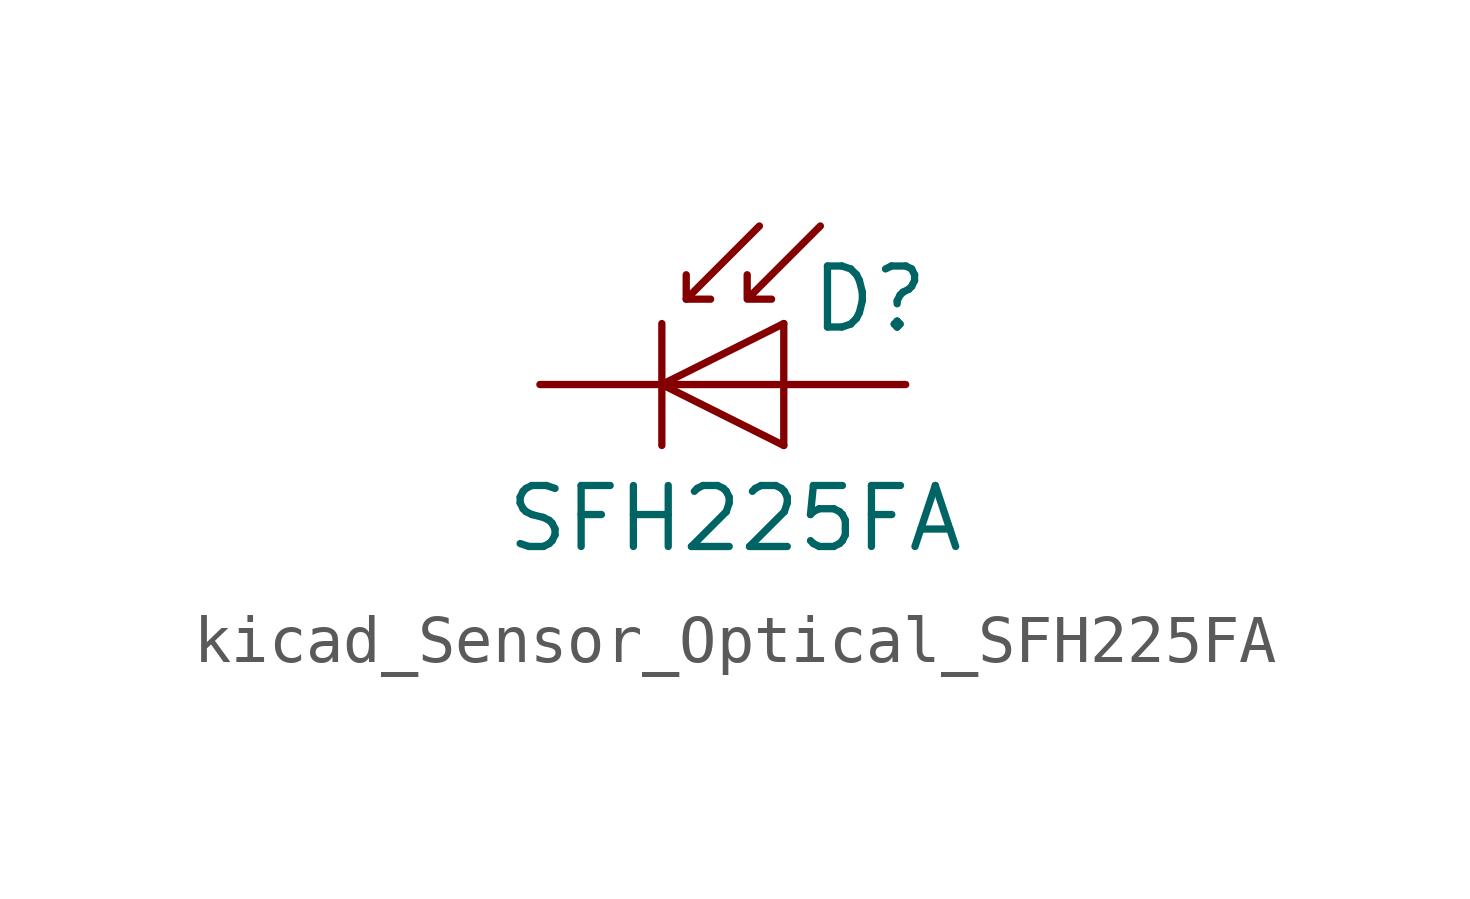
<source format=kicad_sym>
(kicad_symbol_lib
  (version 20220914)
  (generator kicad_symbol_editor)
  (symbol "kicad_Sensor_Optical_SFH225FA"
    (pin_numbers hide)
    (pin_names hide)
    (property "Reference" "D"
      (at 0.508 1.778 0)
      (effects (font (size 1.27 1.27)) (justify left)))
    (property "Value" "SFH225FA"
      (at -1.016 -2.794 0)
      (effects (font (size 1.27 1.27))))
    (symbol "kicad_Sensor_Optical_SFH225FA_0_1"
      (polyline (pts (xy -2.54 1.27) (xy -2.54 -1.27)) (stroke (width 0.152) (type default)) (fill (type none)))
      (polyline (pts (xy -2.032 1.778) (xy -1.524 1.778)) (stroke (width 0) (type default)) (fill (type none)))
      (polyline (pts (xy 0 -1.27) (xy 0 1.27)) (stroke (width 0) (type default)) (fill (type none)))
      (polyline (pts (xy 0 0) (xy -2.54 0)) (stroke (width 0) (type default)) (fill (type none)))
      (polyline (pts (xy -0.508 3.302) (xy -2.032 1.778) (xy -2.032 2.286)) (stroke (width 0) (type default)) (fill (type none)))
      (polyline (pts (xy 0 1.27) (xy -2.54 0) (xy 0 -1.27)) (stroke (width 0) (type default)) (fill (type none)))
      (polyline (pts (xy 0.762 3.302) (xy -0.762 1.778) (xy -0.762 2.286) (xy -0.762 1.778) (xy -0.254 1.778)) (stroke (width 0) (type default)) (fill (type none))))
    (symbol "kicad_Sensor_Optical_SFH225FA_1_1"
      (pin passive line (at -5.08 0 0) (length 2.54) (name "K" (effects (font (size 1.27 1.27)))) (number "1" (effects (font (size 1.27 1.27)))))
      (pin passive line (at 2.54 0 180) (length 2.54) (name "A" (effects (font (size 1.27 1.27)))) (number "2" (effects (font (size 1.27 1.27))))))))
</source>
